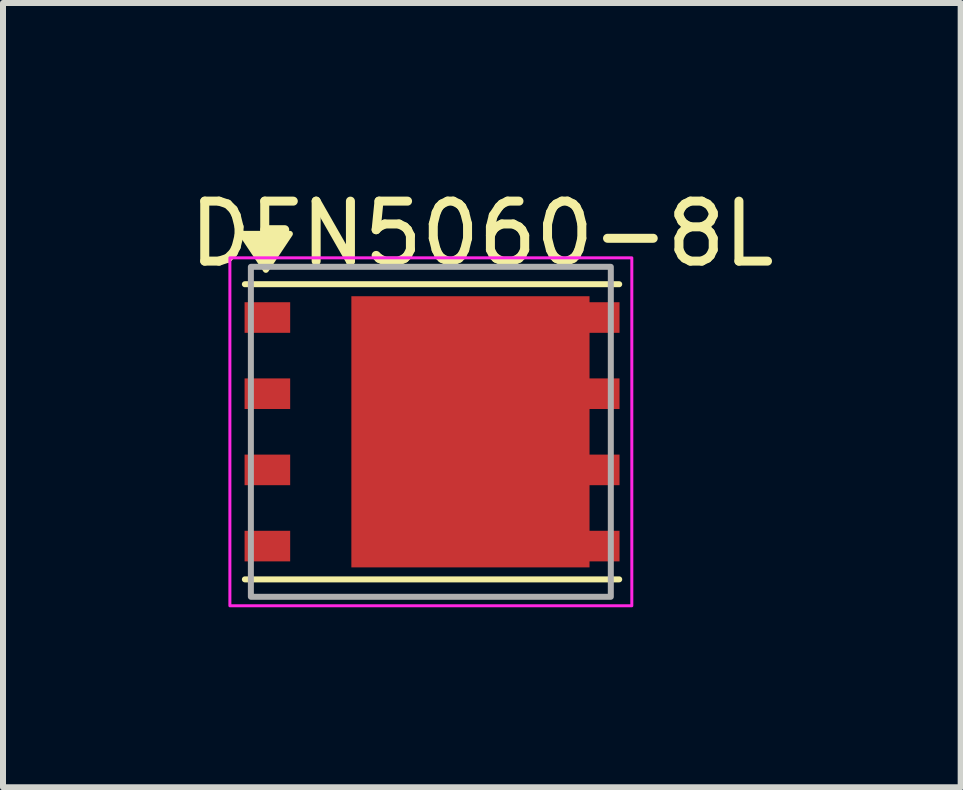
<source format=kicad_pcb>
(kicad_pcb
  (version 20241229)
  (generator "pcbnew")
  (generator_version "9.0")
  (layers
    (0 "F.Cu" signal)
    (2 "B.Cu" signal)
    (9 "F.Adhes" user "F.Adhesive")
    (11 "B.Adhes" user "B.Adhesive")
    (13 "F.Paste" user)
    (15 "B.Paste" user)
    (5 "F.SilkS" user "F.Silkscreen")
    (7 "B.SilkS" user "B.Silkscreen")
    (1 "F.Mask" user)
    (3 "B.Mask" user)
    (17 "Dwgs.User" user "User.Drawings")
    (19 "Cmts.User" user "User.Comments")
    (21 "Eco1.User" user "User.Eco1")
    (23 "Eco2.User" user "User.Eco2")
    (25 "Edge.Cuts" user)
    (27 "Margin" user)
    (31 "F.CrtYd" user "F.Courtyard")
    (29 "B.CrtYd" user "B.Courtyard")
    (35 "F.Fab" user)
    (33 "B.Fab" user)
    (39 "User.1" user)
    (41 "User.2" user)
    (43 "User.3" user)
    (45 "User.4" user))
  (footprint "DFN5060-8L"
    (layer "F.Cu")
    (at 4.132 4.148)
    (property "Reference" "DFN5060-8L" (at 0.85 -3.3 0) (unlocked yes) (layer "F.SilkS") (effects (font (size 1 1) (thickness 0.15))))
    (attr smd)
    (fp_line (start 3.14 -2.46) (end -3.1 -2.46) (stroke (width 0.1) (type solid)) (layer "F.SilkS"))
    (fp_line (start 3.14 2.46) (end -3.1 2.46) (stroke (width 0.1) (type solid)) (layer "F.SilkS"))
    (fp_poly (pts (xy -2.35 -3.3) (xy -3.15 -3.3) (xy -2.75 -2.7)) (stroke (width 0.1) (type solid)) (fill yes) (layer "F.SilkS"))
    (fp_rect (start -3.35 -2.9) (end 3.35 2.9) (stroke (width 0.05) (type solid)) (fill no) (layer "F.CrtYd"))
    (fp_rect (start -3 -2.75) (end 3 2.75) (stroke (width 0.1) (type solid)) (fill no) (layer "F.Fab"))
    (pad "1" smd rect (at -2.725 -1.905 270) (size 0.51 0.76) (layers "F.Cu" "F.Mask" "F.Paste"))
    (pad "2" smd rect (at -2.725 -0.635 270) (size 0.51 0.76) (layers "F.Cu" "F.Mask" "F.Paste"))
    (pad "3" smd rect (at -2.725 0.635 270) (size 0.51 0.76) (layers "F.Cu" "F.Mask" "F.Paste"))
    (pad "4" smd rect (at -2.725 1.905 270) (size 0.51 0.76) (layers "F.Cu" "F.Mask" "F.Paste"))
    (pad "5" smd rect (at 2.765 1.905 270) (size 0.51 0.76) (layers "F.Cu" "F.Mask" "F.Paste"))
    (pad "6" smd rect (at 2.765 0.635 270) (size 0.51 0.76) (layers "F.Cu" "F.Mask" "F.Paste"))
    (pad "7" smd rect (at 2.765 -0.635 270) (size 0.51 0.76) (layers "F.Cu" "F.Mask" "F.Paste"))
    (pad "8" smd rect (at 2.765 -1.905 270) (size 0.51 0.76) (layers "F.Cu" "F.Mask" "F.Paste"))
    (pad "9" smd rect (at 0.66 0 270) (size 4.52 3.97) (layers "F.Cu" "F.Mask" "F.Paste")))
  (gr_rect
    (start -3 -3)
    (end 12.964 10.073)
    (stroke (width 0.1) (type default))
    (fill no)
    (layer "Edge.Cuts")))
</source>
